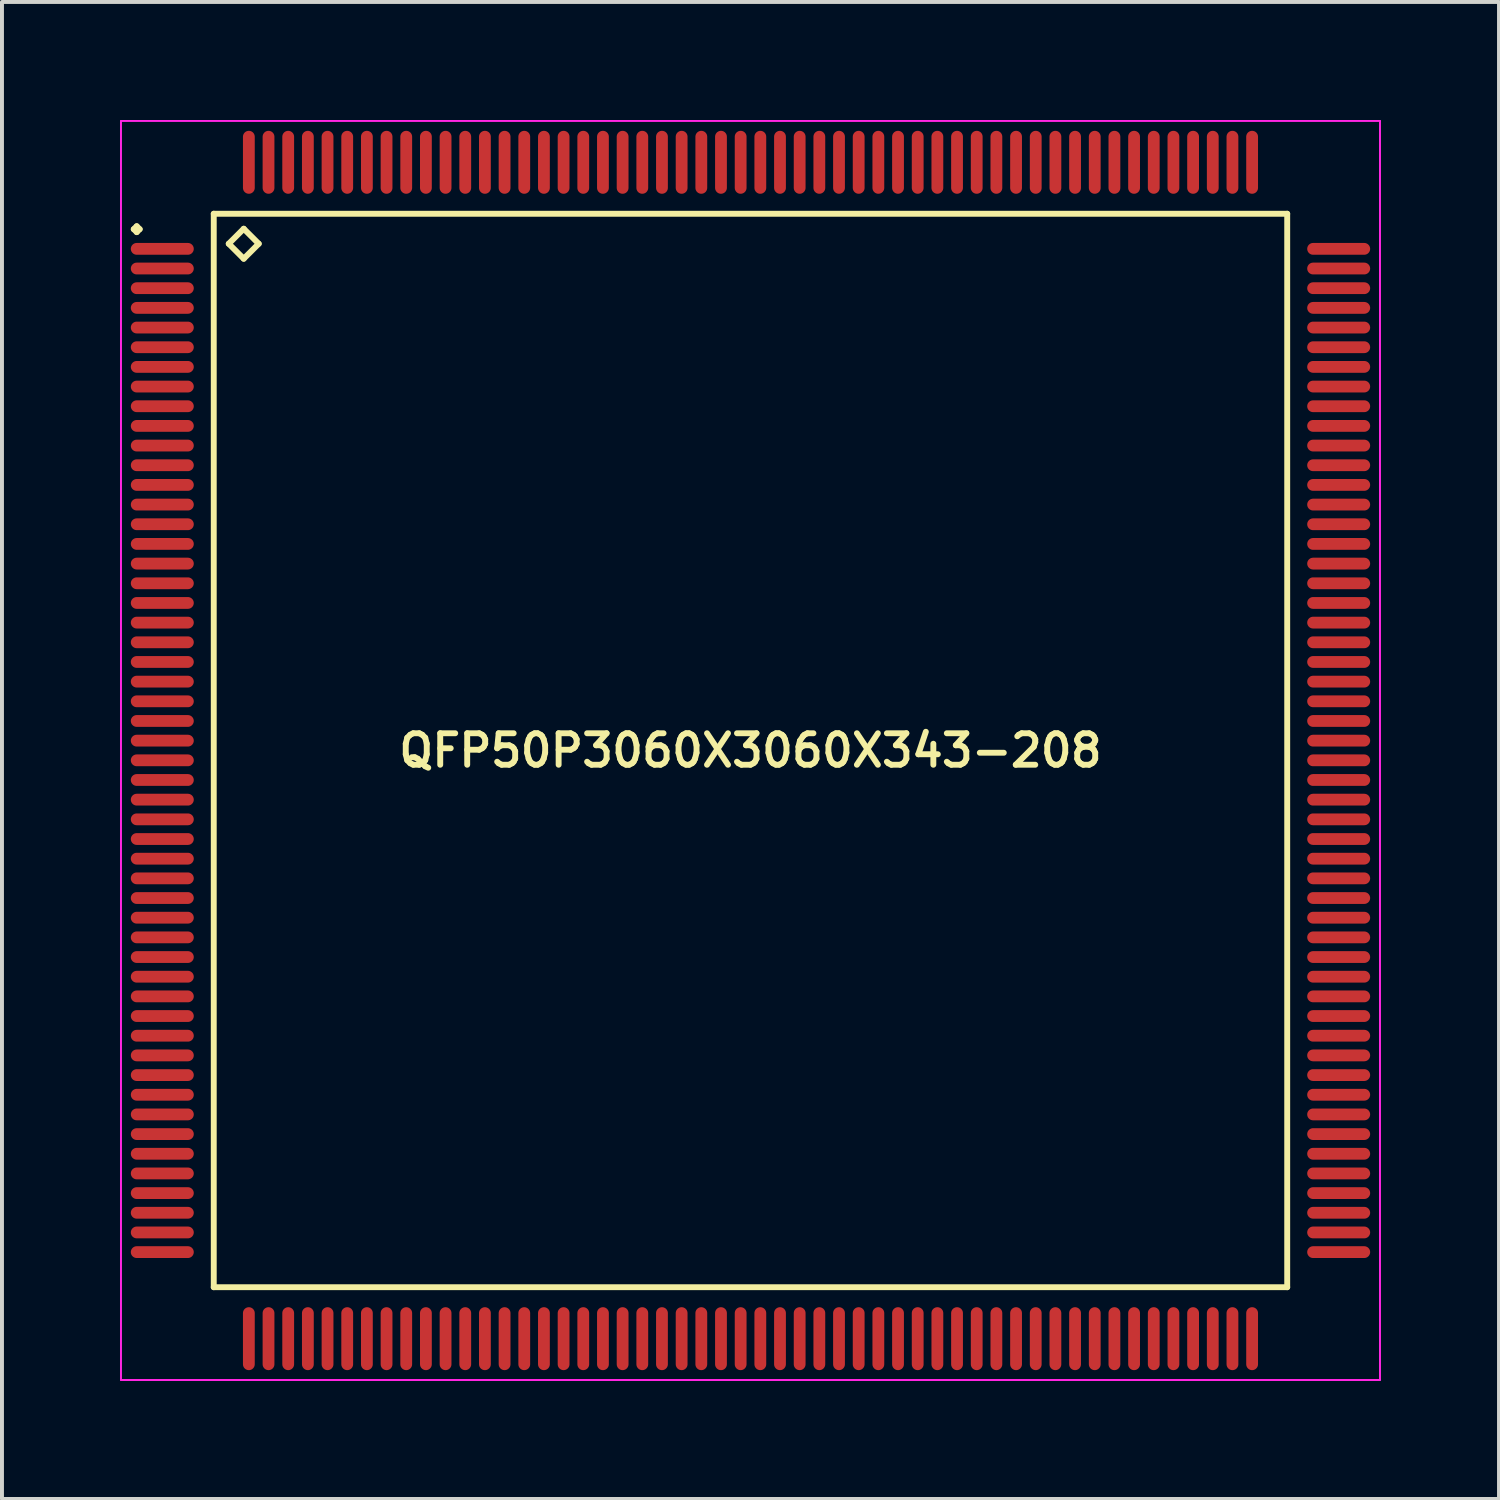
<source format=kicad_pcb>
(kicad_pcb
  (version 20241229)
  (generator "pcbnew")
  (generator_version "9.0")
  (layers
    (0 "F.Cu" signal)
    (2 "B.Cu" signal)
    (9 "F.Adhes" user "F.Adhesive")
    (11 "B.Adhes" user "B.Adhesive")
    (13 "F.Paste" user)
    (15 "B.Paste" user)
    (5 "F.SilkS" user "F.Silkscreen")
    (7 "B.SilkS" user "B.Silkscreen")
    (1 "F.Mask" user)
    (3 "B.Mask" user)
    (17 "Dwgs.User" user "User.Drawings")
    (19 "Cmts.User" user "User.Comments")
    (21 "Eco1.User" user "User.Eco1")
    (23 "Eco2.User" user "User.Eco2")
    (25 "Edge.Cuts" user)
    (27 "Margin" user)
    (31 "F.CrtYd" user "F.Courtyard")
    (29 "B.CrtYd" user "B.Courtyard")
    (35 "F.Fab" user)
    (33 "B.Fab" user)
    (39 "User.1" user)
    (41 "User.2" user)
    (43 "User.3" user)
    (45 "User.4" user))
  (footprint "QFP50P3060X3060X343-208"
    (layer "F.Cu")
    (at 16.025 16.025)
    (property "Reference" "QFP50P3060X3060X343-208" (at 0 0 0) (layer "F.SilkS") (effects (font (size 0.8 0.8) (thickness 0.15))))
    (attr smd)
    (fp_line (start -15.675 -13.25) (end -15.6 -13.325) (stroke (width 0.15) (type solid)) (layer "F.SilkS"))
    (fp_line (start -15.6 -13.325) (end -15.525 -13.25) (stroke (width 0.15) (type solid)) (layer "F.SilkS"))
    (fp_line (start -15.6 -13.175) (end -15.675 -13.25) (stroke (width 0.15) (type solid)) (layer "F.SilkS"))
    (fp_line (start -15.525 -13.25) (end -15.6 -13.175) (stroke (width 0.15) (type solid)) (layer "F.SilkS"))
    (fp_line (start -13.642 -13.642) (end -13.642 13.642) (stroke (width 0.15) (type solid)) (layer "F.SilkS"))
    (fp_line (start -13.642 13.642) (end 13.642 13.642) (stroke (width 0.15) (type solid)) (layer "F.SilkS"))
    (fp_line (start -13.261 -12.88) (end -12.88 -13.261) (stroke (width 0.15) (type solid)) (layer "F.SilkS"))
    (fp_line (start -12.88 -13.261) (end -12.499 -12.88) (stroke (width 0.15) (type solid)) (layer "F.SilkS"))
    (fp_line (start -12.88 -12.499) (end -13.261 -12.88) (stroke (width 0.15) (type solid)) (layer "F.SilkS"))
    (fp_line (start -12.499 -12.88) (end -12.88 -12.499) (stroke (width 0.15) (type solid)) (layer "F.SilkS"))
    (fp_line (start 13.642 -13.642) (end -13.642 -13.642) (stroke (width 0.15) (type solid)) (layer "F.SilkS"))
    (fp_line (start 13.642 13.642) (end 13.642 -13.642) (stroke (width 0.15) (type solid)) (layer "F.SilkS"))
    (fp_line (start -16 -16) (end 16 -16) (stroke (width 0.05) (type solid)) (layer "F.CrtYd"))
    (fp_line (start -16 16) (end -16 -16) (stroke (width 0.05) (type solid)) (layer "F.CrtYd"))
    (fp_line (start 16 -16) (end 16 16) (stroke (width 0.05) (type solid)) (layer "F.CrtYd"))
    (fp_line (start 16 16) (end -16 16) (stroke (width 0.05) (type solid)) (layer "F.CrtYd"))
    (pad "1" smd oval (at -14.95 -12.75) (size 1.6 0.3) (layers "F.Cu" "F.Mask" "F.Paste"))
    (pad "2" smd oval (at -14.95 -12.25) (size 1.6 0.3) (layers "F.Cu" "F.Mask" "F.Paste"))
    (pad "3" smd oval (at -14.95 -11.75) (size 1.6 0.3) (layers "F.Cu" "F.Mask" "F.Paste"))
    (pad "4" smd oval (at -14.95 -11.25) (size 1.6 0.3) (layers "F.Cu" "F.Mask" "F.Paste"))
    (pad "5" smd oval (at -14.95 -10.75) (size 1.6 0.3) (layers "F.Cu" "F.Mask" "F.Paste"))
    (pad "6" smd oval (at -14.95 -10.25) (size 1.6 0.3) (layers "F.Cu" "F.Mask" "F.Paste"))
    (pad "7" smd oval (at -14.95 -9.75) (size 1.6 0.3) (layers "F.Cu" "F.Mask" "F.Paste"))
    (pad "8" smd oval (at -14.95 -9.25) (size 1.6 0.3) (layers "F.Cu" "F.Mask" "F.Paste"))
    (pad "9" smd oval (at -14.95 -8.75) (size 1.6 0.3) (layers "F.Cu" "F.Mask" "F.Paste"))
    (pad "10" smd oval (at -14.95 -8.25) (size 1.6 0.3) (layers "F.Cu" "F.Mask" "F.Paste"))
    (pad "11" smd oval (at -14.95 -7.75) (size 1.6 0.3) (layers "F.Cu" "F.Mask" "F.Paste"))
    (pad "12" smd oval (at -14.95 -7.25) (size 1.6 0.3) (layers "F.Cu" "F.Mask" "F.Paste"))
    (pad "13" smd oval (at -14.95 -6.75) (size 1.6 0.3) (layers "F.Cu" "F.Mask" "F.Paste"))
    (pad "14" smd oval (at -14.95 -6.25) (size 1.6 0.3) (layers "F.Cu" "F.Mask" "F.Paste"))
    (pad "15" smd oval (at -14.95 -5.75) (size 1.6 0.3) (layers "F.Cu" "F.Mask" "F.Paste"))
    (pad "16" smd oval (at -14.95 -5.25) (size 1.6 0.3) (layers "F.Cu" "F.Mask" "F.Paste"))
    (pad "17" smd oval (at -14.95 -4.75) (size 1.6 0.3) (layers "F.Cu" "F.Mask" "F.Paste"))
    (pad "18" smd oval (at -14.95 -4.25) (size 1.6 0.3) (layers "F.Cu" "F.Mask" "F.Paste"))
    (pad "19" smd oval (at -14.95 -3.75) (size 1.6 0.3) (layers "F.Cu" "F.Mask" "F.Paste"))
    (pad "20" smd oval (at -14.95 -3.25) (size 1.6 0.3) (layers "F.Cu" "F.Mask" "F.Paste"))
    (pad "21" smd oval (at -14.95 -2.75) (size 1.6 0.3) (layers "F.Cu" "F.Mask" "F.Paste"))
    (pad "22" smd oval (at -14.95 -2.25) (size 1.6 0.3) (layers "F.Cu" "F.Mask" "F.Paste"))
    (pad "23" smd oval (at -14.95 -1.75) (size 1.6 0.3) (layers "F.Cu" "F.Mask" "F.Paste"))
    (pad "24" smd oval (at -14.95 -1.25) (size 1.6 0.3) (layers "F.Cu" "F.Mask" "F.Paste"))
    (pad "25" smd oval (at -14.95 -0.75) (size 1.6 0.3) (layers "F.Cu" "F.Mask" "F.Paste"))
    (pad "26" smd oval (at -14.95 -0.25) (size 1.6 0.3) (layers "F.Cu" "F.Mask" "F.Paste"))
    (pad "27" smd oval (at -14.95 0.25) (size 1.6 0.3) (layers "F.Cu" "F.Mask" "F.Paste"))
    (pad "28" smd oval (at -14.95 0.75) (size 1.6 0.3) (layers "F.Cu" "F.Mask" "F.Paste"))
    (pad "29" smd oval (at -14.95 1.25) (size 1.6 0.3) (layers "F.Cu" "F.Mask" "F.Paste"))
    (pad "30" smd oval (at -14.95 1.75) (size 1.6 0.3) (layers "F.Cu" "F.Mask" "F.Paste"))
    (pad "31" smd oval (at -14.95 2.25) (size 1.6 0.3) (layers "F.Cu" "F.Mask" "F.Paste"))
    (pad "32" smd oval (at -14.95 2.75) (size 1.6 0.3) (layers "F.Cu" "F.Mask" "F.Paste"))
    (pad "33" smd oval (at -14.95 3.25) (size 1.6 0.3) (layers "F.Cu" "F.Mask" "F.Paste"))
    (pad "34" smd oval (at -14.95 3.75) (size 1.6 0.3) (layers "F.Cu" "F.Mask" "F.Paste"))
    (pad "35" smd oval (at -14.95 4.25) (size 1.6 0.3) (layers "F.Cu" "F.Mask" "F.Paste"))
    (pad "36" smd oval (at -14.95 4.75) (size 1.6 0.3) (layers "F.Cu" "F.Mask" "F.Paste"))
    (pad "37" smd oval (at -14.95 5.25) (size 1.6 0.3) (layers "F.Cu" "F.Mask" "F.Paste"))
    (pad "38" smd oval (at -14.95 5.75) (size 1.6 0.3) (layers "F.Cu" "F.Mask" "F.Paste"))
    (pad "39" smd oval (at -14.95 6.25) (size 1.6 0.3) (layers "F.Cu" "F.Mask" "F.Paste"))
    (pad "40" smd oval (at -14.95 6.75) (size 1.6 0.3) (layers "F.Cu" "F.Mask" "F.Paste"))
    (pad "41" smd oval (at -14.95 7.25) (size 1.6 0.3) (layers "F.Cu" "F.Mask" "F.Paste"))
    (pad "42" smd oval (at -14.95 7.75) (size 1.6 0.3) (layers "F.Cu" "F.Mask" "F.Paste"))
    (pad "43" smd oval (at -14.95 8.25) (size 1.6 0.3) (layers "F.Cu" "F.Mask" "F.Paste"))
    (pad "44" smd oval (at -14.95 8.75) (size 1.6 0.3) (layers "F.Cu" "F.Mask" "F.Paste"))
    (pad "45" smd oval (at -14.95 9.25) (size 1.6 0.3) (layers "F.Cu" "F.Mask" "F.Paste"))
    (pad "46" smd oval (at -14.95 9.75) (size 1.6 0.3) (layers "F.Cu" "F.Mask" "F.Paste"))
    (pad "47" smd oval (at -14.95 10.25) (size 1.6 0.3) (layers "F.Cu" "F.Mask" "F.Paste"))
    (pad "48" smd oval (at -14.95 10.75) (size 1.6 0.3) (layers "F.Cu" "F.Mask" "F.Paste"))
    (pad "49" smd oval (at -14.95 11.25) (size 1.6 0.3) (layers "F.Cu" "F.Mask" "F.Paste"))
    (pad "50" smd oval (at -14.95 11.75) (size 1.6 0.3) (layers "F.Cu" "F.Mask" "F.Paste"))
    (pad "51" smd oval (at -14.95 12.25) (size 1.6 0.3) (layers "F.Cu" "F.Mask" "F.Paste"))
    (pad "52" smd oval (at -14.95 12.75) (size 1.6 0.3) (layers "F.Cu" "F.Mask" "F.Paste"))
    (pad "53" smd oval (at -12.75 14.95) (size 0.3 1.6) (layers "F.Cu" "F.Mask" "F.Paste"))
    (pad "54" smd oval (at -12.25 14.95) (size 0.3 1.6) (layers "F.Cu" "F.Mask" "F.Paste"))
    (pad "55" smd oval (at -11.75 14.95) (size 0.3 1.6) (layers "F.Cu" "F.Mask" "F.Paste"))
    (pad "56" smd oval (at -11.25 14.95) (size 0.3 1.6) (layers "F.Cu" "F.Mask" "F.Paste"))
    (pad "57" smd oval (at -10.75 14.95) (size 0.3 1.6) (layers "F.Cu" "F.Mask" "F.Paste"))
    (pad "58" smd oval (at -10.25 14.95) (size 0.3 1.6) (layers "F.Cu" "F.Mask" "F.Paste"))
    (pad "59" smd oval (at -9.75 14.95) (size 0.3 1.6) (layers "F.Cu" "F.Mask" "F.Paste"))
    (pad "60" smd oval (at -9.25 14.95) (size 0.3 1.6) (layers "F.Cu" "F.Mask" "F.Paste"))
    (pad "61" smd oval (at -8.75 14.95) (size 0.3 1.6) (layers "F.Cu" "F.Mask" "F.Paste"))
    (pad "62" smd oval (at -8.25 14.95) (size 0.3 1.6) (layers "F.Cu" "F.Mask" "F.Paste"))
    (pad "63" smd oval (at -7.75 14.95) (size 0.3 1.6) (layers "F.Cu" "F.Mask" "F.Paste"))
    (pad "64" smd oval (at -7.25 14.95) (size 0.3 1.6) (layers "F.Cu" "F.Mask" "F.Paste"))
    (pad "65" smd oval (at -6.75 14.95) (size 0.3 1.6) (layers "F.Cu" "F.Mask" "F.Paste"))
    (pad "66" smd oval (at -6.25 14.95) (size 0.3 1.6) (layers "F.Cu" "F.Mask" "F.Paste"))
    (pad "67" smd oval (at -5.75 14.95) (size 0.3 1.6) (layers "F.Cu" "F.Mask" "F.Paste"))
    (pad "68" smd oval (at -5.25 14.95) (size 0.3 1.6) (layers "F.Cu" "F.Mask" "F.Paste"))
    (pad "69" smd oval (at -4.75 14.95) (size 0.3 1.6) (layers "F.Cu" "F.Mask" "F.Paste"))
    (pad "70" smd oval (at -4.25 14.95) (size 0.3 1.6) (layers "F.Cu" "F.Mask" "F.Paste"))
    (pad "71" smd oval (at -3.75 14.95) (size 0.3 1.6) (layers "F.Cu" "F.Mask" "F.Paste"))
    (pad "72" smd oval (at -3.25 14.95) (size 0.3 1.6) (layers "F.Cu" "F.Mask" "F.Paste"))
    (pad "73" smd oval (at -2.75 14.95) (size 0.3 1.6) (layers "F.Cu" "F.Mask" "F.Paste"))
    (pad "74" smd oval (at -2.25 14.95) (size 0.3 1.6) (layers "F.Cu" "F.Mask" "F.Paste"))
    (pad "75" smd oval (at -1.75 14.95) (size 0.3 1.6) (layers "F.Cu" "F.Mask" "F.Paste"))
    (pad "76" smd oval (at -1.25 14.95) (size 0.3 1.6) (layers "F.Cu" "F.Mask" "F.Paste"))
    (pad "77" smd oval (at -0.75 14.95) (size 0.3 1.6) (layers "F.Cu" "F.Mask" "F.Paste"))
    (pad "78" smd oval (at -0.25 14.95) (size 0.3 1.6) (layers "F.Cu" "F.Mask" "F.Paste"))
    (pad "79" smd oval (at 0.25 14.95) (size 0.3 1.6) (layers "F.Cu" "F.Mask" "F.Paste"))
    (pad "80" smd oval (at 0.75 14.95) (size 0.3 1.6) (layers "F.Cu" "F.Mask" "F.Paste"))
    (pad "81" smd oval (at 1.25 14.95) (size 0.3 1.6) (layers "F.Cu" "F.Mask" "F.Paste"))
    (pad "82" smd oval (at 1.75 14.95) (size 0.3 1.6) (layers "F.Cu" "F.Mask" "F.Paste"))
    (pad "83" smd oval (at 2.25 14.95) (size 0.3 1.6) (layers "F.Cu" "F.Mask" "F.Paste"))
    (pad "84" smd oval (at 2.75 14.95) (size 0.3 1.6) (layers "F.Cu" "F.Mask" "F.Paste"))
    (pad "85" smd oval (at 3.25 14.95) (size 0.3 1.6) (layers "F.Cu" "F.Mask" "F.Paste"))
    (pad "86" smd oval (at 3.75 14.95) (size 0.3 1.6) (layers "F.Cu" "F.Mask" "F.Paste"))
    (pad "87" smd oval (at 4.25 14.95) (size 0.3 1.6) (layers "F.Cu" "F.Mask" "F.Paste"))
    (pad "88" smd oval (at 4.75 14.95) (size 0.3 1.6) (layers "F.Cu" "F.Mask" "F.Paste"))
    (pad "89" smd oval (at 5.25 14.95) (size 0.3 1.6) (layers "F.Cu" "F.Mask" "F.Paste"))
    (pad "90" smd oval (at 5.75 14.95) (size 0.3 1.6) (layers "F.Cu" "F.Mask" "F.Paste"))
    (pad "91" smd oval (at 6.25 14.95) (size 0.3 1.6) (layers "F.Cu" "F.Mask" "F.Paste"))
    (pad "92" smd oval (at 6.75 14.95) (size 0.3 1.6) (layers "F.Cu" "F.Mask" "F.Paste"))
    (pad "93" smd oval (at 7.25 14.95) (size 0.3 1.6) (layers "F.Cu" "F.Mask" "F.Paste"))
    (pad "94" smd oval (at 7.75 14.95) (size 0.3 1.6) (layers "F.Cu" "F.Mask" "F.Paste"))
    (pad "95" smd oval (at 8.25 14.95) (size 0.3 1.6) (layers "F.Cu" "F.Mask" "F.Paste"))
    (pad "96" smd oval (at 8.75 14.95) (size 0.3 1.6) (layers "F.Cu" "F.Mask" "F.Paste"))
    (pad "97" smd oval (at 9.25 14.95) (size 0.3 1.6) (layers "F.Cu" "F.Mask" "F.Paste"))
    (pad "98" smd oval (at 9.75 14.95) (size 0.3 1.6) (layers "F.Cu" "F.Mask" "F.Paste"))
    (pad "99" smd oval (at 10.25 14.95) (size 0.3 1.6) (layers "F.Cu" "F.Mask" "F.Paste"))
    (pad "100" smd oval (at 10.75 14.95) (size 0.3 1.6) (layers "F.Cu" "F.Mask" "F.Paste"))
    (pad "101" smd oval (at 11.25 14.95) (size 0.3 1.6) (layers "F.Cu" "F.Mask" "F.Paste"))
    (pad "102" smd oval (at 11.75 14.95) (size 0.3 1.6) (layers "F.Cu" "F.Mask" "F.Paste"))
    (pad "103" smd oval (at 12.25 14.95) (size 0.3 1.6) (layers "F.Cu" "F.Mask" "F.Paste"))
    (pad "104" smd oval (at 12.75 14.95) (size 0.3 1.6) (layers "F.Cu" "F.Mask" "F.Paste"))
    (pad "105" smd oval (at 14.95 12.75) (size 1.6 0.3) (layers "F.Cu" "F.Mask" "F.Paste"))
    (pad "106" smd oval (at 14.95 12.25) (size 1.6 0.3) (layers "F.Cu" "F.Mask" "F.Paste"))
    (pad "107" smd oval (at 14.95 11.75) (size 1.6 0.3) (layers "F.Cu" "F.Mask" "F.Paste"))
    (pad "108" smd oval (at 14.95 11.25) (size 1.6 0.3) (layers "F.Cu" "F.Mask" "F.Paste"))
    (pad "109" smd oval (at 14.95 10.75) (size 1.6 0.3) (layers "F.Cu" "F.Mask" "F.Paste"))
    (pad "110" smd oval (at 14.95 10.25) (size 1.6 0.3) (layers "F.Cu" "F.Mask" "F.Paste"))
    (pad "111" smd oval (at 14.95 9.75) (size 1.6 0.3) (layers "F.Cu" "F.Mask" "F.Paste"))
    (pad "112" smd oval (at 14.95 9.25) (size 1.6 0.3) (layers "F.Cu" "F.Mask" "F.Paste"))
    (pad "113" smd oval (at 14.95 8.75) (size 1.6 0.3) (layers "F.Cu" "F.Mask" "F.Paste"))
    (pad "114" smd oval (at 14.95 8.25) (size 1.6 0.3) (layers "F.Cu" "F.Mask" "F.Paste"))
    (pad "115" smd oval (at 14.95 7.75) (size 1.6 0.3) (layers "F.Cu" "F.Mask" "F.Paste"))
    (pad "116" smd oval (at 14.95 7.25) (size 1.6 0.3) (layers "F.Cu" "F.Mask" "F.Paste"))
    (pad "117" smd oval (at 14.95 6.75) (size 1.6 0.3) (layers "F.Cu" "F.Mask" "F.Paste"))
    (pad "118" smd oval (at 14.95 6.25) (size 1.6 0.3) (layers "F.Cu" "F.Mask" "F.Paste"))
    (pad "119" smd oval (at 14.95 5.75) (size 1.6 0.3) (layers "F.Cu" "F.Mask" "F.Paste"))
    (pad "120" smd oval (at 14.95 5.25) (size 1.6 0.3) (layers "F.Cu" "F.Mask" "F.Paste"))
    (pad "121" smd oval (at 14.95 4.75) (size 1.6 0.3) (layers "F.Cu" "F.Mask" "F.Paste"))
    (pad "122" smd oval (at 14.95 4.25) (size 1.6 0.3) (layers "F.Cu" "F.Mask" "F.Paste"))
    (pad "123" smd oval (at 14.95 3.75) (size 1.6 0.3) (layers "F.Cu" "F.Mask" "F.Paste"))
    (pad "124" smd oval (at 14.95 3.25) (size 1.6 0.3) (layers "F.Cu" "F.Mask" "F.Paste"))
    (pad "125" smd oval (at 14.95 2.75) (size 1.6 0.3) (layers "F.Cu" "F.Mask" "F.Paste"))
    (pad "126" smd oval (at 14.95 2.25) (size 1.6 0.3) (layers "F.Cu" "F.Mask" "F.Paste"))
    (pad "127" smd oval (at 14.95 1.75) (size 1.6 0.3) (layers "F.Cu" "F.Mask" "F.Paste"))
    (pad "128" smd oval (at 14.95 1.25) (size 1.6 0.3) (layers "F.Cu" "F.Mask" "F.Paste"))
    (pad "129" smd oval (at 14.95 0.75) (size 1.6 0.3) (layers "F.Cu" "F.Mask" "F.Paste"))
    (pad "130" smd oval (at 14.95 0.25) (size 1.6 0.3) (layers "F.Cu" "F.Mask" "F.Paste"))
    (pad "131" smd oval (at 14.95 -0.25) (size 1.6 0.3) (layers "F.Cu" "F.Mask" "F.Paste"))
    (pad "132" smd oval (at 14.95 -0.75) (size 1.6 0.3) (layers "F.Cu" "F.Mask" "F.Paste"))
    (pad "133" smd oval (at 14.95 -1.25) (size 1.6 0.3) (layers "F.Cu" "F.Mask" "F.Paste"))
    (pad "134" smd oval (at 14.95 -1.75) (size 1.6 0.3) (layers "F.Cu" "F.Mask" "F.Paste"))
    (pad "135" smd oval (at 14.95 -2.25) (size 1.6 0.3) (layers "F.Cu" "F.Mask" "F.Paste"))
    (pad "136" smd oval (at 14.95 -2.75) (size 1.6 0.3) (layers "F.Cu" "F.Mask" "F.Paste"))
    (pad "137" smd oval (at 14.95 -3.25) (size 1.6 0.3) (layers "F.Cu" "F.Mask" "F.Paste"))
    (pad "138" smd oval (at 14.95 -3.75) (size 1.6 0.3) (layers "F.Cu" "F.Mask" "F.Paste"))
    (pad "139" smd oval (at 14.95 -4.25) (size 1.6 0.3) (layers "F.Cu" "F.Mask" "F.Paste"))
    (pad "140" smd oval (at 14.95 -4.75) (size 1.6 0.3) (layers "F.Cu" "F.Mask" "F.Paste"))
    (pad "141" smd oval (at 14.95 -5.25) (size 1.6 0.3) (layers "F.Cu" "F.Mask" "F.Paste"))
    (pad "142" smd oval (at 14.95 -5.75) (size 1.6 0.3) (layers "F.Cu" "F.Mask" "F.Paste"))
    (pad "143" smd oval (at 14.95 -6.25) (size 1.6 0.3) (layers "F.Cu" "F.Mask" "F.Paste"))
    (pad "144" smd oval (at 14.95 -6.75) (size 1.6 0.3) (layers "F.Cu" "F.Mask" "F.Paste"))
    (pad "145" smd oval (at 14.95 -7.25) (size 1.6 0.3) (layers "F.Cu" "F.Mask" "F.Paste"))
    (pad "146" smd oval (at 14.95 -7.75) (size 1.6 0.3) (layers "F.Cu" "F.Mask" "F.Paste"))
    (pad "147" smd oval (at 14.95 -8.25) (size 1.6 0.3) (layers "F.Cu" "F.Mask" "F.Paste"))
    (pad "148" smd oval (at 14.95 -8.75) (size 1.6 0.3) (layers "F.Cu" "F.Mask" "F.Paste"))
    (pad "149" smd oval (at 14.95 -9.25) (size 1.6 0.3) (layers "F.Cu" "F.Mask" "F.Paste"))
    (pad "150" smd oval (at 14.95 -9.75) (size 1.6 0.3) (layers "F.Cu" "F.Mask" "F.Paste"))
    (pad "151" smd oval (at 14.95 -10.25) (size 1.6 0.3) (layers "F.Cu" "F.Mask" "F.Paste"))
    (pad "152" smd oval (at 14.95 -10.75) (size 1.6 0.3) (layers "F.Cu" "F.Mask" "F.Paste"))
    (pad "153" smd oval (at 14.95 -11.25) (size 1.6 0.3) (layers "F.Cu" "F.Mask" "F.Paste"))
    (pad "154" smd oval (at 14.95 -11.75) (size 1.6 0.3) (layers "F.Cu" "F.Mask" "F.Paste"))
    (pad "155" smd oval (at 14.95 -12.25) (size 1.6 0.3) (layers "F.Cu" "F.Mask" "F.Paste"))
    (pad "156" smd oval (at 14.95 -12.75) (size 1.6 0.3) (layers "F.Cu" "F.Mask" "F.Paste"))
    (pad "157" smd oval (at 12.75 -14.95) (size 0.3 1.6) (layers "F.Cu" "F.Mask" "F.Paste"))
    (pad "158" smd oval (at 12.25 -14.95) (size 0.3 1.6) (layers "F.Cu" "F.Mask" "F.Paste"))
    (pad "159" smd oval (at 11.75 -14.95) (size 0.3 1.6) (layers "F.Cu" "F.Mask" "F.Paste"))
    (pad "160" smd oval (at 11.25 -14.95) (size 0.3 1.6) (layers "F.Cu" "F.Mask" "F.Paste"))
    (pad "161" smd oval (at 10.75 -14.95) (size 0.3 1.6) (layers "F.Cu" "F.Mask" "F.Paste"))
    (pad "162" smd oval (at 10.25 -14.95) (size 0.3 1.6) (layers "F.Cu" "F.Mask" "F.Paste"))
    (pad "163" smd oval (at 9.75 -14.95) (size 0.3 1.6) (layers "F.Cu" "F.Mask" "F.Paste"))
    (pad "164" smd oval (at 9.25 -14.95) (size 0.3 1.6) (layers "F.Cu" "F.Mask" "F.Paste"))
    (pad "165" smd oval (at 8.75 -14.95) (size 0.3 1.6) (layers "F.Cu" "F.Mask" "F.Paste"))
    (pad "166" smd oval (at 8.25 -14.95) (size 0.3 1.6) (layers "F.Cu" "F.Mask" "F.Paste"))
    (pad "167" smd oval (at 7.75 -14.95) (size 0.3 1.6) (layers "F.Cu" "F.Mask" "F.Paste"))
    (pad "168" smd oval (at 7.25 -14.95) (size 0.3 1.6) (layers "F.Cu" "F.Mask" "F.Paste"))
    (pad "169" smd oval (at 6.75 -14.95) (size 0.3 1.6) (layers "F.Cu" "F.Mask" "F.Paste"))
    (pad "170" smd oval (at 6.25 -14.95) (size 0.3 1.6) (layers "F.Cu" "F.Mask" "F.Paste"))
    (pad "171" smd oval (at 5.75 -14.95) (size 0.3 1.6) (layers "F.Cu" "F.Mask" "F.Paste"))
    (pad "172" smd oval (at 5.25 -14.95) (size 0.3 1.6) (layers "F.Cu" "F.Mask" "F.Paste"))
    (pad "173" smd oval (at 4.75 -14.95) (size 0.3 1.6) (layers "F.Cu" "F.Mask" "F.Paste"))
    (pad "174" smd oval (at 4.25 -14.95) (size 0.3 1.6) (layers "F.Cu" "F.Mask" "F.Paste"))
    (pad "175" smd oval (at 3.75 -14.95) (size 0.3 1.6) (layers "F.Cu" "F.Mask" "F.Paste"))
    (pad "176" smd oval (at 3.25 -14.95) (size 0.3 1.6) (layers "F.Cu" "F.Mask" "F.Paste"))
    (pad "177" smd oval (at 2.75 -14.95) (size 0.3 1.6) (layers "F.Cu" "F.Mask" "F.Paste"))
    (pad "178" smd oval (at 2.25 -14.95) (size 0.3 1.6) (layers "F.Cu" "F.Mask" "F.Paste"))
    (pad "179" smd oval (at 1.75 -14.95) (size 0.3 1.6) (layers "F.Cu" "F.Mask" "F.Paste"))
    (pad "180" smd oval (at 1.25 -14.95) (size 0.3 1.6) (layers "F.Cu" "F.Mask" "F.Paste"))
    (pad "181" smd oval (at 0.75 -14.95) (size 0.3 1.6) (layers "F.Cu" "F.Mask" "F.Paste"))
    (pad "182" smd oval (at 0.25 -14.95) (size 0.3 1.6) (layers "F.Cu" "F.Mask" "F.Paste"))
    (pad "183" smd oval (at -0.25 -14.95) (size 0.3 1.6) (layers "F.Cu" "F.Mask" "F.Paste"))
    (pad "184" smd oval (at -0.75 -14.95) (size 0.3 1.6) (layers "F.Cu" "F.Mask" "F.Paste"))
    (pad "185" smd oval (at -1.25 -14.95) (size 0.3 1.6) (layers "F.Cu" "F.Mask" "F.Paste"))
    (pad "186" smd oval (at -1.75 -14.95) (size 0.3 1.6) (layers "F.Cu" "F.Mask" "F.Paste"))
    (pad "187" smd oval (at -2.25 -14.95) (size 0.3 1.6) (layers "F.Cu" "F.Mask" "F.Paste"))
    (pad "188" smd oval (at -2.75 -14.95) (size 0.3 1.6) (layers "F.Cu" "F.Mask" "F.Paste"))
    (pad "189" smd oval (at -3.25 -14.95) (size 0.3 1.6) (layers "F.Cu" "F.Mask" "F.Paste"))
    (pad "190" smd oval (at -3.75 -14.95) (size 0.3 1.6) (layers "F.Cu" "F.Mask" "F.Paste"))
    (pad "191" smd oval (at -4.25 -14.95) (size 0.3 1.6) (layers "F.Cu" "F.Mask" "F.Paste"))
    (pad "192" smd oval (at -4.75 -14.95) (size 0.3 1.6) (layers "F.Cu" "F.Mask" "F.Paste"))
    (pad "193" smd oval (at -5.25 -14.95) (size 0.3 1.6) (layers "F.Cu" "F.Mask" "F.Paste"))
    (pad "194" smd oval (at -5.75 -14.95) (size 0.3 1.6) (layers "F.Cu" "F.Mask" "F.Paste"))
    (pad "195" smd oval (at -6.25 -14.95) (size 0.3 1.6) (layers "F.Cu" "F.Mask" "F.Paste"))
    (pad "196" smd oval (at -6.75 -14.95) (size 0.3 1.6) (layers "F.Cu" "F.Mask" "F.Paste"))
    (pad "197" smd oval (at -7.25 -14.95) (size 0.3 1.6) (layers "F.Cu" "F.Mask" "F.Paste"))
    (pad "198" smd oval (at -7.75 -14.95) (size 0.3 1.6) (layers "F.Cu" "F.Mask" "F.Paste"))
    (pad "199" smd oval (at -8.25 -14.95) (size 0.3 1.6) (layers "F.Cu" "F.Mask" "F.Paste"))
    (pad "200" smd oval (at -8.75 -14.95) (size 0.3 1.6) (layers "F.Cu" "F.Mask" "F.Paste"))
    (pad "201" smd oval (at -9.25 -14.95) (size 0.3 1.6) (layers "F.Cu" "F.Mask" "F.Paste"))
    (pad "202" smd oval (at -9.75 -14.95) (size 0.3 1.6) (layers "F.Cu" "F.Mask" "F.Paste"))
    (pad "203" smd oval (at -10.25 -14.95) (size 0.3 1.6) (layers "F.Cu" "F.Mask" "F.Paste"))
    (pad "204" smd oval (at -10.75 -14.95) (size 0.3 1.6) (layers "F.Cu" "F.Mask" "F.Paste"))
    (pad "205" smd oval (at -11.25 -14.95) (size 0.3 1.6) (layers "F.Cu" "F.Mask" "F.Paste"))
    (pad "206" smd oval (at -11.75 -14.95) (size 0.3 1.6) (layers "F.Cu" "F.Mask" "F.Paste"))
    (pad "207" smd oval (at -12.25 -14.95) (size 0.3 1.6) (layers "F.Cu" "F.Mask" "F.Paste"))
    (pad "208" smd oval (at -12.75 -14.95) (size 0.3 1.6) (layers "F.Cu" "F.Mask" "F.Paste")))
  (gr_rect
    (start -3 -3)
    (end 35.05 35.05)
    (stroke (width 0.1) (type default))
    (fill no)
    (layer "Edge.Cuts")))
</source>
